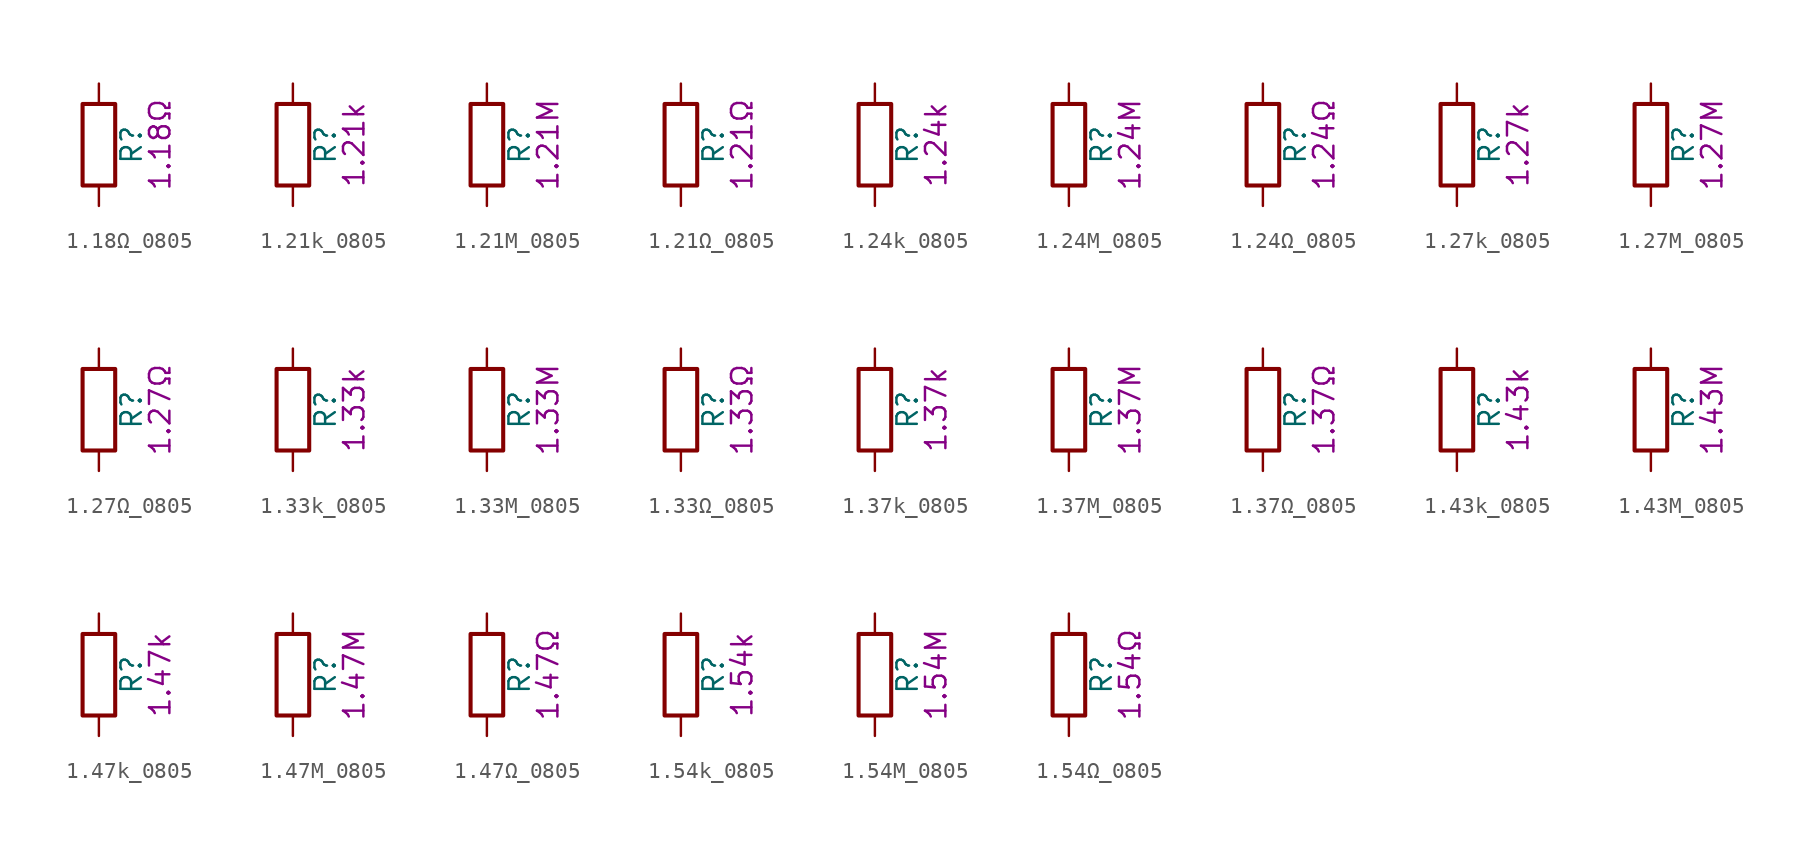
<source format=kicad_sym>
(kicad_symbol_lib
  (version 20211014)
  (generator kicad_symbol_editor)
  (symbol "1.18Ω_0805"
    (pin_numbers hide)
    (pin_names
      (offset 0))
    (property "Reference" "R"
      (at 2.032 0 90)
      (effects (font (size 1.27 1.27))))
    (property "Display" "1.18Ω"
      (at 3.81 0 90)
      (effects (font (size 1.27 1.27))))
    (symbol "1.18Ω_0805_0_1"
      (rectangle (start -1.016 -2.54) (end 1.016 2.54) (stroke (width 0.254) (type default) (color 0 0 0 0)) (fill (type none))))
    (symbol "1.18Ω_0805_1_1"
      (pin passive line (at 0 3.81 270) (length 1.27) (name "~" (effects (font (size 1.27 1.27)))) (number "1" (effects (font (size 1.27 1.27)))))
      (pin passive line (at 0 -3.81 90) (length 1.27) (name "~" (effects (font (size 1.27 1.27)))) (number "2" (effects (font (size 1.27 1.27)))))))
  (symbol "1.21k_0805"
    (pin_numbers hide)
    (pin_names
      (offset 0))
    (property "Reference" "R"
      (at 2.032 0 90)
      (effects (font (size 1.27 1.27))))
    (property "Display" "1.21k"
      (at 3.81 0 90)
      (effects (font (size 1.27 1.27))))
    (symbol "1.21k_0805_0_1"
      (rectangle (start -1.016 -2.54) (end 1.016 2.54) (stroke (width 0.254) (type default) (color 0 0 0 0)) (fill (type none))))
    (symbol "1.21k_0805_1_1"
      (pin passive line (at 0 3.81 270) (length 1.27) (name "~" (effects (font (size 1.27 1.27)))) (number "1" (effects (font (size 1.27 1.27)))))
      (pin passive line (at 0 -3.81 90) (length 1.27) (name "~" (effects (font (size 1.27 1.27)))) (number "2" (effects (font (size 1.27 1.27)))))))
  (symbol "1.21M_0805"
    (pin_numbers hide)
    (pin_names
      (offset 0))
    (property "Reference" "R"
      (at 2.032 0 90)
      (effects (font (size 1.27 1.27))))
    (property "Display" "1.21M"
      (at 3.81 0 90)
      (effects (font (size 1.27 1.27))))
    (symbol "1.21M_0805_0_1"
      (rectangle (start -1.016 -2.54) (end 1.016 2.54) (stroke (width 0.254) (type default) (color 0 0 0 0)) (fill (type none))))
    (symbol "1.21M_0805_1_1"
      (pin passive line (at 0 3.81 270) (length 1.27) (name "~" (effects (font (size 1.27 1.27)))) (number "1" (effects (font (size 1.27 1.27)))))
      (pin passive line (at 0 -3.81 90) (length 1.27) (name "~" (effects (font (size 1.27 1.27)))) (number "2" (effects (font (size 1.27 1.27)))))))
  (symbol "1.21Ω_0805"
    (pin_numbers hide)
    (pin_names
      (offset 0))
    (property "Reference" "R"
      (at 2.032 0 90)
      (effects (font (size 1.27 1.27))))
    (property "Display" "1.21Ω"
      (at 3.81 0 90)
      (effects (font (size 1.27 1.27))))
    (symbol "1.21Ω_0805_0_1"
      (rectangle (start -1.016 -2.54) (end 1.016 2.54) (stroke (width 0.254) (type default) (color 0 0 0 0)) (fill (type none))))
    (symbol "1.21Ω_0805_1_1"
      (pin passive line (at 0 3.81 270) (length 1.27) (name "~" (effects (font (size 1.27 1.27)))) (number "1" (effects (font (size 1.27 1.27)))))
      (pin passive line (at 0 -3.81 90) (length 1.27) (name "~" (effects (font (size 1.27 1.27)))) (number "2" (effects (font (size 1.27 1.27)))))))
  (symbol "1.24k_0805"
    (pin_numbers hide)
    (pin_names
      (offset 0))
    (property "Reference" "R"
      (at 2.032 0 90)
      (effects (font (size 1.27 1.27))))
    (property "Display" "1.24k"
      (at 3.81 0 90)
      (effects (font (size 1.27 1.27))))
    (symbol "1.24k_0805_0_1"
      (rectangle (start -1.016 -2.54) (end 1.016 2.54) (stroke (width 0.254) (type default) (color 0 0 0 0)) (fill (type none))))
    (symbol "1.24k_0805_1_1"
      (pin passive line (at 0 3.81 270) (length 1.27) (name "~" (effects (font (size 1.27 1.27)))) (number "1" (effects (font (size 1.27 1.27)))))
      (pin passive line (at 0 -3.81 90) (length 1.27) (name "~" (effects (font (size 1.27 1.27)))) (number "2" (effects (font (size 1.27 1.27)))))))
  (symbol "1.24M_0805"
    (pin_numbers hide)
    (pin_names
      (offset 0))
    (property "Reference" "R"
      (at 2.032 0 90)
      (effects (font (size 1.27 1.27))))
    (property "Display" "1.24M"
      (at 3.81 0 90)
      (effects (font (size 1.27 1.27))))
    (symbol "1.24M_0805_0_1"
      (rectangle (start -1.016 -2.54) (end 1.016 2.54) (stroke (width 0.254) (type default) (color 0 0 0 0)) (fill (type none))))
    (symbol "1.24M_0805_1_1"
      (pin passive line (at 0 3.81 270) (length 1.27) (name "~" (effects (font (size 1.27 1.27)))) (number "1" (effects (font (size 1.27 1.27)))))
      (pin passive line (at 0 -3.81 90) (length 1.27) (name "~" (effects (font (size 1.27 1.27)))) (number "2" (effects (font (size 1.27 1.27)))))))
  (symbol "1.24Ω_0805"
    (pin_numbers hide)
    (pin_names
      (offset 0))
    (property "Reference" "R"
      (at 2.032 0 90)
      (effects (font (size 1.27 1.27))))
    (property "Display" "1.24Ω"
      (at 3.81 0 90)
      (effects (font (size 1.27 1.27))))
    (symbol "1.24Ω_0805_0_1"
      (rectangle (start -1.016 -2.54) (end 1.016 2.54) (stroke (width 0.254) (type default) (color 0 0 0 0)) (fill (type none))))
    (symbol "1.24Ω_0805_1_1"
      (pin passive line (at 0 3.81 270) (length 1.27) (name "~" (effects (font (size 1.27 1.27)))) (number "1" (effects (font (size 1.27 1.27)))))
      (pin passive line (at 0 -3.81 90) (length 1.27) (name "~" (effects (font (size 1.27 1.27)))) (number "2" (effects (font (size 1.27 1.27)))))))
  (symbol "1.27k_0805"
    (pin_numbers hide)
    (pin_names
      (offset 0))
    (property "Reference" "R"
      (at 2.032 0 90)
      (effects (font (size 1.27 1.27))))
    (property "Display" "1.27k"
      (at 3.81 0 90)
      (effects (font (size 1.27 1.27))))
    (symbol "1.27k_0805_0_1"
      (rectangle (start -1.016 -2.54) (end 1.016 2.54) (stroke (width 0.254) (type default) (color 0 0 0 0)) (fill (type none))))
    (symbol "1.27k_0805_1_1"
      (pin passive line (at 0 3.81 270) (length 1.27) (name "~" (effects (font (size 1.27 1.27)))) (number "1" (effects (font (size 1.27 1.27)))))
      (pin passive line (at 0 -3.81 90) (length 1.27) (name "~" (effects (font (size 1.27 1.27)))) (number "2" (effects (font (size 1.27 1.27)))))))
  (symbol "1.27M_0805"
    (pin_numbers hide)
    (pin_names
      (offset 0))
    (property "Reference" "R"
      (at 2.032 0 90)
      (effects (font (size 1.27 1.27))))
    (property "Display" "1.27M"
      (at 3.81 0 90)
      (effects (font (size 1.27 1.27))))
    (symbol "1.27M_0805_0_1"
      (rectangle (start -1.016 -2.54) (end 1.016 2.54) (stroke (width 0.254) (type default) (color 0 0 0 0)) (fill (type none))))
    (symbol "1.27M_0805_1_1"
      (pin passive line (at 0 3.81 270) (length 1.27) (name "~" (effects (font (size 1.27 1.27)))) (number "1" (effects (font (size 1.27 1.27)))))
      (pin passive line (at 0 -3.81 90) (length 1.27) (name "~" (effects (font (size 1.27 1.27)))) (number "2" (effects (font (size 1.27 1.27)))))))
  (symbol "1.27Ω_0805"
    (pin_numbers hide)
    (pin_names
      (offset 0))
    (property "Reference" "R"
      (at 2.032 0 90)
      (effects (font (size 1.27 1.27))))
    (property "Display" "1.27Ω"
      (at 3.81 0 90)
      (effects (font (size 1.27 1.27))))
    (symbol "1.27Ω_0805_0_1"
      (rectangle (start -1.016 -2.54) (end 1.016 2.54) (stroke (width 0.254) (type default) (color 0 0 0 0)) (fill (type none))))
    (symbol "1.27Ω_0805_1_1"
      (pin passive line (at 0 3.81 270) (length 1.27) (name "~" (effects (font (size 1.27 1.27)))) (number "1" (effects (font (size 1.27 1.27)))))
      (pin passive line (at 0 -3.81 90) (length 1.27) (name "~" (effects (font (size 1.27 1.27)))) (number "2" (effects (font (size 1.27 1.27)))))))
  (symbol "1.33k_0805"
    (pin_numbers hide)
    (pin_names
      (offset 0))
    (property "Reference" "R"
      (at 2.032 0 90)
      (effects (font (size 1.27 1.27))))
    (property "Display" "1.33k"
      (at 3.81 0 90)
      (effects (font (size 1.27 1.27))))
    (symbol "1.33k_0805_0_1"
      (rectangle (start -1.016 -2.54) (end 1.016 2.54) (stroke (width 0.254) (type default) (color 0 0 0 0)) (fill (type none))))
    (symbol "1.33k_0805_1_1"
      (pin passive line (at 0 3.81 270) (length 1.27) (name "~" (effects (font (size 1.27 1.27)))) (number "1" (effects (font (size 1.27 1.27)))))
      (pin passive line (at 0 -3.81 90) (length 1.27) (name "~" (effects (font (size 1.27 1.27)))) (number "2" (effects (font (size 1.27 1.27)))))))
  (symbol "1.33M_0805"
    (pin_numbers hide)
    (pin_names
      (offset 0))
    (property "Reference" "R"
      (at 2.032 0 90)
      (effects (font (size 1.27 1.27))))
    (property "Display" "1.33M"
      (at 3.81 0 90)
      (effects (font (size 1.27 1.27))))
    (symbol "1.33M_0805_0_1"
      (rectangle (start -1.016 -2.54) (end 1.016 2.54) (stroke (width 0.254) (type default) (color 0 0 0 0)) (fill (type none))))
    (symbol "1.33M_0805_1_1"
      (pin passive line (at 0 3.81 270) (length 1.27) (name "~" (effects (font (size 1.27 1.27)))) (number "1" (effects (font (size 1.27 1.27)))))
      (pin passive line (at 0 -3.81 90) (length 1.27) (name "~" (effects (font (size 1.27 1.27)))) (number "2" (effects (font (size 1.27 1.27)))))))
  (symbol "1.33Ω_0805"
    (pin_numbers hide)
    (pin_names
      (offset 0))
    (property "Reference" "R"
      (at 2.032 0 90)
      (effects (font (size 1.27 1.27))))
    (property "Display" "1.33Ω"
      (at 3.81 0 90)
      (effects (font (size 1.27 1.27))))
    (symbol "1.33Ω_0805_0_1"
      (rectangle (start -1.016 -2.54) (end 1.016 2.54) (stroke (width 0.254) (type default) (color 0 0 0 0)) (fill (type none))))
    (symbol "1.33Ω_0805_1_1"
      (pin passive line (at 0 3.81 270) (length 1.27) (name "~" (effects (font (size 1.27 1.27)))) (number "1" (effects (font (size 1.27 1.27)))))
      (pin passive line (at 0 -3.81 90) (length 1.27) (name "~" (effects (font (size 1.27 1.27)))) (number "2" (effects (font (size 1.27 1.27)))))))
  (symbol "1.37k_0805"
    (pin_numbers hide)
    (pin_names
      (offset 0))
    (property "Reference" "R"
      (at 2.032 0 90)
      (effects (font (size 1.27 1.27))))
    (property "Display" "1.37k"
      (at 3.81 0 90)
      (effects (font (size 1.27 1.27))))
    (symbol "1.37k_0805_0_1"
      (rectangle (start -1.016 -2.54) (end 1.016 2.54) (stroke (width 0.254) (type default) (color 0 0 0 0)) (fill (type none))))
    (symbol "1.37k_0805_1_1"
      (pin passive line (at 0 3.81 270) (length 1.27) (name "~" (effects (font (size 1.27 1.27)))) (number "1" (effects (font (size 1.27 1.27)))))
      (pin passive line (at 0 -3.81 90) (length 1.27) (name "~" (effects (font (size 1.27 1.27)))) (number "2" (effects (font (size 1.27 1.27)))))))
  (symbol "1.37M_0805"
    (pin_numbers hide)
    (pin_names
      (offset 0))
    (property "Reference" "R"
      (at 2.032 0 90)
      (effects (font (size 1.27 1.27))))
    (property "Display" "1.37M"
      (at 3.81 0 90)
      (effects (font (size 1.27 1.27))))
    (symbol "1.37M_0805_0_1"
      (rectangle (start -1.016 -2.54) (end 1.016 2.54) (stroke (width 0.254) (type default) (color 0 0 0 0)) (fill (type none))))
    (symbol "1.37M_0805_1_1"
      (pin passive line (at 0 3.81 270) (length 1.27) (name "~" (effects (font (size 1.27 1.27)))) (number "1" (effects (font (size 1.27 1.27)))))
      (pin passive line (at 0 -3.81 90) (length 1.27) (name "~" (effects (font (size 1.27 1.27)))) (number "2" (effects (font (size 1.27 1.27)))))))
  (symbol "1.37Ω_0805"
    (pin_numbers hide)
    (pin_names
      (offset 0))
    (property "Reference" "R"
      (at 2.032 0 90)
      (effects (font (size 1.27 1.27))))
    (property "Display" "1.37Ω"
      (at 3.81 0 90)
      (effects (font (size 1.27 1.27))))
    (symbol "1.37Ω_0805_0_1"
      (rectangle (start -1.016 -2.54) (end 1.016 2.54) (stroke (width 0.254) (type default) (color 0 0 0 0)) (fill (type none))))
    (symbol "1.37Ω_0805_1_1"
      (pin passive line (at 0 3.81 270) (length 1.27) (name "~" (effects (font (size 1.27 1.27)))) (number "1" (effects (font (size 1.27 1.27)))))
      (pin passive line (at 0 -3.81 90) (length 1.27) (name "~" (effects (font (size 1.27 1.27)))) (number "2" (effects (font (size 1.27 1.27)))))))
  (symbol "1.43k_0805"
    (pin_numbers hide)
    (pin_names
      (offset 0))
    (property "Reference" "R"
      (at 2.032 0 90)
      (effects (font (size 1.27 1.27))))
    (property "Display" "1.43k"
      (at 3.81 0 90)
      (effects (font (size 1.27 1.27))))
    (symbol "1.43k_0805_0_1"
      (rectangle (start -1.016 -2.54) (end 1.016 2.54) (stroke (width 0.254) (type default) (color 0 0 0 0)) (fill (type none))))
    (symbol "1.43k_0805_1_1"
      (pin passive line (at 0 3.81 270) (length 1.27) (name "~" (effects (font (size 1.27 1.27)))) (number "1" (effects (font (size 1.27 1.27)))))
      (pin passive line (at 0 -3.81 90) (length 1.27) (name "~" (effects (font (size 1.27 1.27)))) (number "2" (effects (font (size 1.27 1.27)))))))
  (symbol "1.43M_0805"
    (pin_numbers hide)
    (pin_names
      (offset 0))
    (property "Reference" "R"
      (at 2.032 0 90)
      (effects (font (size 1.27 1.27))))
    (property "Display" "1.43M"
      (at 3.81 0 90)
      (effects (font (size 1.27 1.27))))
    (symbol "1.43M_0805_0_1"
      (rectangle (start -1.016 -2.54) (end 1.016 2.54) (stroke (width 0.254) (type default) (color 0 0 0 0)) (fill (type none))))
    (symbol "1.43M_0805_1_1"
      (pin passive line (at 0 3.81 270) (length 1.27) (name "~" (effects (font (size 1.27 1.27)))) (number "1" (effects (font (size 1.27 1.27)))))
      (pin passive line (at 0 -3.81 90) (length 1.27) (name "~" (effects (font (size 1.27 1.27)))) (number "2" (effects (font (size 1.27 1.27)))))))
  (symbol "1.47k_0805"
    (pin_numbers hide)
    (pin_names
      (offset 0))
    (property "Reference" "R"
      (at 2.032 0 90)
      (effects (font (size 1.27 1.27))))
    (property "Display" "1.47k"
      (at 3.81 0 90)
      (effects (font (size 1.27 1.27))))
    (symbol "1.47k_0805_0_1"
      (rectangle (start -1.016 -2.54) (end 1.016 2.54) (stroke (width 0.254) (type default) (color 0 0 0 0)) (fill (type none))))
    (symbol "1.47k_0805_1_1"
      (pin passive line (at 0 3.81 270) (length 1.27) (name "~" (effects (font (size 1.27 1.27)))) (number "1" (effects (font (size 1.27 1.27)))))
      (pin passive line (at 0 -3.81 90) (length 1.27) (name "~" (effects (font (size 1.27 1.27)))) (number "2" (effects (font (size 1.27 1.27)))))))
  (symbol "1.47M_0805"
    (pin_numbers hide)
    (pin_names
      (offset 0))
    (property "Reference" "R"
      (at 2.032 0 90)
      (effects (font (size 1.27 1.27))))
    (property "Display" "1.47M"
      (at 3.81 0 90)
      (effects (font (size 1.27 1.27))))
    (symbol "1.47M_0805_0_1"
      (rectangle (start -1.016 -2.54) (end 1.016 2.54) (stroke (width 0.254) (type default) (color 0 0 0 0)) (fill (type none))))
    (symbol "1.47M_0805_1_1"
      (pin passive line (at 0 3.81 270) (length 1.27) (name "~" (effects (font (size 1.27 1.27)))) (number "1" (effects (font (size 1.27 1.27)))))
      (pin passive line (at 0 -3.81 90) (length 1.27) (name "~" (effects (font (size 1.27 1.27)))) (number "2" (effects (font (size 1.27 1.27)))))))
  (symbol "1.47Ω_0805"
    (pin_numbers hide)
    (pin_names
      (offset 0))
    (property "Reference" "R"
      (at 2.032 0 90)
      (effects (font (size 1.27 1.27))))
    (property "Display" "1.47Ω"
      (at 3.81 0 90)
      (effects (font (size 1.27 1.27))))
    (symbol "1.47Ω_0805_0_1"
      (rectangle (start -1.016 -2.54) (end 1.016 2.54) (stroke (width 0.254) (type default) (color 0 0 0 0)) (fill (type none))))
    (symbol "1.47Ω_0805_1_1"
      (pin passive line (at 0 3.81 270) (length 1.27) (name "~" (effects (font (size 1.27 1.27)))) (number "1" (effects (font (size 1.27 1.27)))))
      (pin passive line (at 0 -3.81 90) (length 1.27) (name "~" (effects (font (size 1.27 1.27)))) (number "2" (effects (font (size 1.27 1.27)))))))
  (symbol "1.54k_0805"
    (pin_numbers hide)
    (pin_names
      (offset 0))
    (property "Reference" "R"
      (at 2.032 0 90)
      (effects (font (size 1.27 1.27))))
    (property "Display" "1.54k"
      (at 3.81 0 90)
      (effects (font (size 1.27 1.27))))
    (symbol "1.54k_0805_0_1"
      (rectangle (start -1.016 -2.54) (end 1.016 2.54) (stroke (width 0.254) (type default) (color 0 0 0 0)) (fill (type none))))
    (symbol "1.54k_0805_1_1"
      (pin passive line (at 0 3.81 270) (length 1.27) (name "~" (effects (font (size 1.27 1.27)))) (number "1" (effects (font (size 1.27 1.27)))))
      (pin passive line (at 0 -3.81 90) (length 1.27) (name "~" (effects (font (size 1.27 1.27)))) (number "2" (effects (font (size 1.27 1.27)))))))
  (symbol "1.54M_0805"
    (pin_numbers hide)
    (pin_names
      (offset 0))
    (property "Reference" "R"
      (at 2.032 0 90)
      (effects (font (size 1.27 1.27))))
    (property "Display" "1.54M"
      (at 3.81 0 90)
      (effects (font (size 1.27 1.27))))
    (symbol "1.54M_0805_0_1"
      (rectangle (start -1.016 -2.54) (end 1.016 2.54) (stroke (width 0.254) (type default) (color 0 0 0 0)) (fill (type none))))
    (symbol "1.54M_0805_1_1"
      (pin passive line (at 0 3.81 270) (length 1.27) (name "~" (effects (font (size 1.27 1.27)))) (number "1" (effects (font (size 1.27 1.27)))))
      (pin passive line (at 0 -3.81 90) (length 1.27) (name "~" (effects (font (size 1.27 1.27)))) (number "2" (effects (font (size 1.27 1.27)))))))
  (symbol "1.54Ω_0805"
    (pin_numbers hide)
    (pin_names
      (offset 0))
    (property "Reference" "R"
      (at 2.032 0 90)
      (effects (font (size 1.27 1.27))))
    (property "Display" "1.54Ω"
      (at 3.81 0 90)
      (effects (font (size 1.27 1.27))))
    (symbol "1.54Ω_0805_0_1"
      (rectangle (start -1.016 -2.54) (end 1.016 2.54) (stroke (width 0.254) (type default) (color 0 0 0 0)) (fill (type none))))
    (symbol "1.54Ω_0805_1_1"
      (pin passive line (at 0 3.81 270) (length 1.27) (name "~" (effects (font (size 1.27 1.27)))) (number "1" (effects (font (size 1.27 1.27)))))
      (pin passive line (at 0 -3.81 90) (length 1.27) (name "~" (effects (font (size 1.27 1.27)))) (number "2" (effects (font (size 1.27 1.27))))))))
</source>
